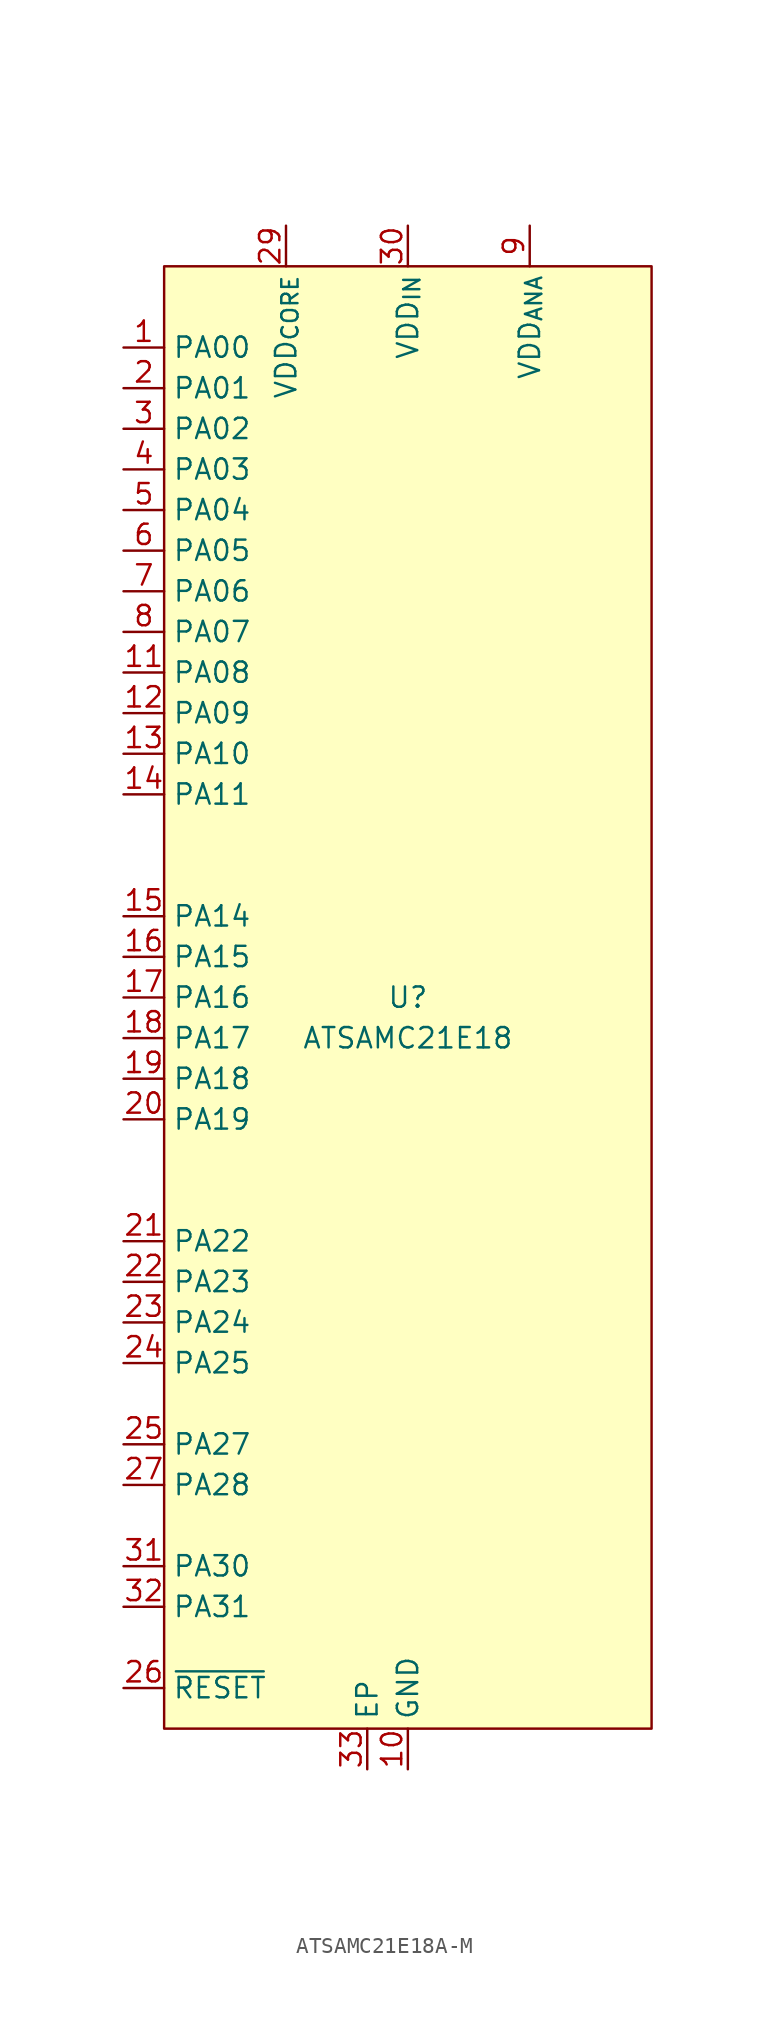
<source format=kicad_sym>
(kicad_symbol_lib
  (version 20220914)
  (generator kicad_symbol_editor)
  (symbol "ATSAMC21E18A-M"
    (property "Reference" "U"
      (at 0 0 0)
      (effects (font (size 1.27 1.27))))
    (property "Value" "ATSAMC21E18"
      (at 0 -2.54 0)
      (effects (font (size 1.27 1.27))))
    (symbol "ATSAMC21E18A-M_0_0"
      (pin input line (at 0 -48.26 90) (length 2.54) (name "GND" (effects (font (size 1.27 1.27)))) (number "10" (effects (font (size 1.27 1.27)))))
      (pin input line (at -17.78 -43.18 0) (length 2.54) (name "~{RESET}" (effects (font (size 1.27 1.27)))) (number "26" (effects (font (size 1.27 1.27)))))
      (pin power_out line (at -7.62 48.26 270) (length 2.54) (name "VDD_{CORE}" (effects (font (size 1.27 1.27)))) (number "29" (effects (font (size 1.27 1.27)))))
      (pin input line (at 0 48.26 270) (length 2.54) (name "VDD_{IN}" (effects (font (size 1.27 1.27)))) (number "30" (effects (font (size 1.27 1.27)))))
      (pin free line (at -2.54 -48.26 90) (length 2.54) (name "EP" (effects (font (size 1.27 1.27)))) (number "33" (effects (font (size 1.27 1.27)))))
      (pin power_in line (at 7.62 48.26 270) (length 2.54) (name "VDD_{ANA}" (effects (font (size 1.27 1.27)))) (number "9" (effects (font (size 1.27 1.27))))))
    (symbol "ATSAMC21E18A-M_1_0"
      (pin bidirectional line (at -17.78 40.64 0) (length 2.54) (name "PA00" (effects (font (size 1.27 1.27)))) (number "1" (effects (font (size 1.27 1.27)))) (alternate "AC/CMP2" output line) (alternate "EIC/EXTIN0" input line) (alternate "SERCOM1/PAD0" bidirectional line) (alternate "TCC2/WO0" output line) (alternate "XOSC32K/XIN32" passive line))
      (pin bidirectional line (at -17.78 20.32 0) (length 2.54) (name "PA08" (effects (font (size 1.27 1.27)))) (number "11" (effects (font (size 1.27 1.27)))) (alternate "AC/AIN3" input line) (alternate "ADC0/AIN8" input line) (alternate "EIC/NMI" input line) (alternate "PTC/X0" bidirectional line) (alternate "PTC/Y16" bidirectional line) (alternate "SERCOM0/PAD0" bidirectional line) (alternate "SERCOM2/PAD0" bidirectional line) (alternate "TCC0/WO0" output line) (alternate "TCC1/WO2" output line))
      (pin bidirectional line (at -17.78 17.78 0) (length 2.54) (name "PA09" (effects (font (size 1.27 1.27)))) (number "12" (effects (font (size 1.27 1.27)))) (alternate "ADC0/AIN9" input line) (alternate "ADC1/AIN1" input line) (alternate "EIC/EXTINT9" input line) (alternate "PTC/X1" bidirectional line) (alternate "PTC/Y17" bidirectional line) (alternate "SERCOM0/PAD1" bidirectional line) (alternate "SERCOM2/PAD1" bidirectional line) (alternate "TCC0/WO1" output line) (alternate "TCC1/WO3" output line))
      (pin bidirectional line (at -17.78 15.24 0) (length 2.54) (name "PA10" (effects (font (size 1.27 1.27)))) (number "13" (effects (font (size 1.27 1.27)))) (alternate "ADC0/AIN10" input line) (alternate "EIC/EXTINT10" input line) (alternate "GCLK/IO4" bidirectional line) (alternate "PTC/X2" bidirectional line) (alternate "PTC/Y18" bidirectional line) (alternate "SERCOM0/PAD2" bidirectional line) (alternate "SERCOM2/PAD2" bidirectional line) (alternate "TCC0/WO2" output line) (alternate "TCC1/WO0" output line))
      (pin bidirectional line (at -17.78 12.7 0) (length 2.54) (name "PA11" (effects (font (size 1.27 1.27)))) (number "14" (effects (font (size 1.27 1.27)))) (alternate "ADC0/AIN11" input line) (alternate "EIC/EXTINT11" input line) (alternate "GCLK/IO5" bidirectional line) (alternate "PTC/X3" bidirectional line) (alternate "PTC/Y19" bidirectional line) (alternate "SERCOM0/PAD3" bidirectional line) (alternate "SERCOM2/PAD3" bidirectional line) (alternate "TCC0/WO3" output line) (alternate "TCC1/WO1" output line))
      (pin bidirectional line (at -17.78 5.08 0) (length 2.54) (name "PA14" (effects (font (size 1.27 1.27)))) (number "15" (effects (font (size 1.27 1.27)))) (alternate "EIC/EXTINT14" input line) (alternate "GCLK/IO0" bidirectional line) (alternate "SERCOM2/PAD2" bidirectional line) (alternate "SERCOM4/PAD2" bidirectional line) (alternate "TC4/WO0" output line) (alternate "TCC0/WO4" output line) (alternate "XOSC/XIN" passive line))
      (pin bidirectional line (at -17.78 2.54 0) (length 2.54) (name "PA15" (effects (font (size 1.27 1.27)))) (number "16" (effects (font (size 1.27 1.27)))) (alternate "EIC/EXTINT15" input line) (alternate "GCLK/IO1" bidirectional line) (alternate "SERCOM2/PAD3" bidirectional line) (alternate "SERCOM4/PAD4" bidirectional line) (alternate "TC4/WO1" output line) (alternate "TCC0/WO5" output line) (alternate "XOSC/XOUT" passive line))
      (pin bidirectional line (at -17.78 0 0) (length 2.54) (name "PA16" (effects (font (size 1.27 1.27)))) (number "17" (effects (font (size 1.27 1.27)))) (alternate "CCL0/IN0" input line) (alternate "EIC/EXTIN0" input line) (alternate "GCLK/IO2" bidirectional line) (alternate "PTC/X4" bidirectional line) (alternate "PTC/Y20" bidirectional line) (alternate "SERCOM1/PAD0" bidirectional line) (alternate "SERCOM3/PAD0" bidirectional line) (alternate "TCC0/WO6" output line) (alternate "TCC2/WO0" output line))
      (pin bidirectional line (at -17.78 -2.54 0) (length 2.54) (name "PA17" (effects (font (size 1.27 1.27)))) (number "18" (effects (font (size 1.27 1.27)))) (alternate "CCL0/IN1" input line) (alternate "EIC/EXTINT1" input line) (alternate "GCLK/IO3" bidirectional line) (alternate "PTC/X5" bidirectional line) (alternate "PTC/Y21" bidirectional line) (alternate "SERCOM1/PAD1" bidirectional line) (alternate "SERCOM3/PAD1" bidirectional line) (alternate "TCC0/WO7" output line) (alternate "TCC2/WO1" output line))
      (pin bidirectional line (at -17.78 -5.08 0) (length 2.54) (name "PA18" (effects (font (size 1.27 1.27)))) (number "19" (effects (font (size 1.27 1.27)))) (alternate "AC/CMP0" output line) (alternate "CCL0/IN2" input line) (alternate "EIC/EXTINT2" input line) (alternate "PTC/X6" bidirectional line) (alternate "PTC/Y22" bidirectional line) (alternate "SERCOM1/PAD2" bidirectional line) (alternate "SERCOM3/PAD2" bidirectional line) (alternate "TC4/WO0" output line) (alternate "TCC0/WO2" output line))
      (pin bidirectional line (at -17.78 38.1 0) (length 2.54) (name "PA01" (effects (font (size 1.27 1.27)))) (number "2" (effects (font (size 1.27 1.27)))) (alternate "AC/CMP3" output line) (alternate "EIC/EXTINT1" input line) (alternate "SERCOM1/PAD1" bidirectional line) (alternate "TCC2/WO1" output line) (alternate "XOSC32K/XOUT32" passive line))
      (pin bidirectional line (at -17.78 -7.62 0) (length 2.54) (name "PA19" (effects (font (size 1.27 1.27)))) (number "20" (effects (font (size 1.27 1.27)))) (alternate "AC/CMP1" output line) (alternate "CCL0/OUT0" output line) (alternate "EIC/EXTINT3" input line) (alternate "PTC/X7" bidirectional line) (alternate "PTC/Y23" bidirectional line) (alternate "SERCOM1/PAD3" bidirectional line) (alternate "SERCOM3/PAD3" bidirectional line) (alternate "TC4/WO1" output line) (alternate "TCC0/WO3" output line))
      (pin bidirectional line (at -17.78 -15.24 0) (length 2.54) (name "PA22" (effects (font (size 1.27 1.27)))) (number "21" (effects (font (size 1.27 1.27)))) (alternate "CCL2/IN6" input line) (alternate "EIC/EXTINT6" input line) (alternate "GCLK/IO6" bidirectional line) (alternate "PTC/X10" bidirectional line) (alternate "PTC/Y26" bidirectional line) (alternate "SERCOM3/PAD0" bidirectional line) (alternate "SERCOM5/PAD0" bidirectional line) (alternate "TC0/WO0" output line) (alternate "TCC0/WO4" output line))
      (pin bidirectional line (at -17.78 -17.78 0) (length 2.54) (name "PA23" (effects (font (size 1.27 1.27)))) (number "22" (effects (font (size 1.27 1.27)))) (alternate "CCL2/IN7" input line) (alternate "EIC/EXTINT7" input line) (alternate "GCLK/IO7" bidirectional line) (alternate "PTC/X11" bidirectional line) (alternate "PTC/Y27" bidirectional line) (alternate "SERCOM3/PAD1" bidirectional line) (alternate "SERCOM5/PAD1" bidirectional line) (alternate "TC0/WO1" output line) (alternate "TCC0/WO5" output line))
      (pin bidirectional line (at -17.78 -20.32 0) (length 2.54) (name "PA24" (effects (font (size 1.27 1.27)))) (number "23" (effects (font (size 1.27 1.27)))) (alternate "AC/CMP2" output line) (alternate "CAN0/TX" output line) (alternate "CCL2/IN8" input line) (alternate "EIC/EXTINT12" input line) (alternate "SERCOM3/PAD2" bidirectional line) (alternate "SERCOM5/PAD2" bidirectional line) (alternate "TC1/WO0" output line) (alternate "TCC1/WO2" output line))
      (pin bidirectional line (at -17.78 -22.86 0) (length 2.54) (name "PA25" (effects (font (size 1.27 1.27)))) (number "24" (effects (font (size 1.27 1.27)))) (alternate "AC/CMP3" output line) (alternate "CAN0/RX" input line) (alternate "CCL2/OUT2" output line) (alternate "EIC/EXTINT13" input line) (alternate "SERCOM3/PAD3" bidirectional line) (alternate "SERCOM5/PAD3" bidirectional line) (alternate "TC1/WO1" output line) (alternate "TCC1/WO3" output line))
      (pin bidirectional line (at -17.78 -27.94 0) (length 2.54) (name "PA27" (effects (font (size 1.27 1.27)))) (number "25" (effects (font (size 1.27 1.27)))) (alternate "EIC/EXTINT15" input line) (alternate "GCLK/IO0" bidirectional line))
      (pin bidirectional line (at -17.78 -30.48 0) (length 2.54) (name "PA28" (effects (font (size 1.27 1.27)))) (number "27" (effects (font (size 1.27 1.27)))) (alternate "EIC/EXTINT8" input line) (alternate "GCLK/IO0" bidirectional line))
      (pin passive line (at 0 -48.26 90) (length 2.54) hide (name "GND" (effects (font (size 1.27 1.27)))) (number "28" (effects (font (size 1.27 1.27)))))
      (pin bidirectional line (at -17.78 35.56 0) (length 2.54) (name "PA02" (effects (font (size 1.27 1.27)))) (number "3" (effects (font (size 1.27 1.27)))) (alternate "AC/AIN4" input line) (alternate "ADC0/AIN0" input line) (alternate "DAC/VOUT" output line) (alternate "EIC/EXTINT2" input line) (alternate "PTC/Y0" bidirectional line))
      (pin bidirectional line (at -17.78 -35.56 0) (length 2.54) (name "PA30" (effects (font (size 1.27 1.27)))) (number "31" (effects (font (size 1.27 1.27)))) (alternate "CCL1/IN3" input line) (alternate "EIC/EXTINT10" input line) (alternate "GCLK/IO0" bidirectional line) (alternate "SERCOM1/PAD2" bidirectional line) (alternate "SWCLK" input line) (alternate "TCC1/WO0" output line))
      (pin bidirectional line (at -17.78 -38.1 0) (length 2.54) (name "PA31" (effects (font (size 1.27 1.27)))) (number "32" (effects (font (size 1.27 1.27)))) (alternate "CCL1/OUT1" output line) (alternate "EIC/EXTINT11" input line) (alternate "SERCOM1/PAD3" bidirectional line) (alternate "SWDIO" bidirectional line) (alternate "TCC1/WO1" output line))
      (pin bidirectional line (at -17.78 33.02 0) (length 2.54) (name "PA03" (effects (font (size 1.27 1.27)))) (number "4" (effects (font (size 1.27 1.27)))) (alternate "AC/AIN5" input line) (alternate "ADC-DAC/VREF_{A}" passive line) (alternate "ADC0/AIN1" input line) (alternate "EIC/EXTINT3" input line) (alternate "PTC/Y1" bidirectional line))
      (pin bidirectional line (at -17.78 30.48 0) (length 2.54) (name "PA04" (effects (font (size 1.27 1.27)))) (number "5" (effects (font (size 1.27 1.27)))) (alternate "AC/AIN0" input line) (alternate "ADC0/AIN4" input line) (alternate "EIC/EXTINT4" input line) (alternate "PTC/Y2" bidirectional line) (alternate "SDADC/VREF_{B}" passive line) (alternate "SERCOM0/PAD0" bidirectional line) (alternate "TCC0/WO0" output line))
      (pin bidirectional line (at -17.78 27.94 0) (length 2.54) (name "PA05" (effects (font (size 1.27 1.27)))) (number "6" (effects (font (size 1.27 1.27)))) (alternate "AC/AIN1" input line) (alternate "ADC0/AIN5" input line) (alternate "EIC/EXTINT5" input line) (alternate "PTC/Y3" bidirectional line) (alternate "SERCOM0/PAD1" bidirectional line) (alternate "TCC0/WO1" output line))
      (pin bidirectional line (at -17.78 25.4 0) (length 2.54) (name "PA06" (effects (font (size 1.27 1.27)))) (number "7" (effects (font (size 1.27 1.27)))) (alternate "AC/AIN2" input line) (alternate "ADC0/AIN6" input line) (alternate "EIC/EXTINT6" input line) (alternate "PTC/Y4" bidirectional line) (alternate "SDADC/AINN0" input line) (alternate "SERCOM0/PAD2" bidirectional line) (alternate "TCC1/WO0" output line))
      (pin bidirectional line (at -17.78 22.86 0) (length 2.54) (name "PA07" (effects (font (size 1.27 1.27)))) (number "8" (effects (font (size 1.27 1.27)))) (alternate "AC/AIN3" input line) (alternate "ADC0/AIN7" input line) (alternate "EIC/EXTINT7" input line) (alternate "PTC/Y5" bidirectional line) (alternate "SDADC/AINP0" input line) (alternate "SERCOM0/PAD3" bidirectional line) (alternate "TCC1/WO1" output line)))
    (symbol "ATSAMC21E18A-M_1_1"
      (rectangle (start -15.24 45.72) (end 15.24 -45.72) (stroke (width 0) (type default)) (fill (type background))))))
</source>
